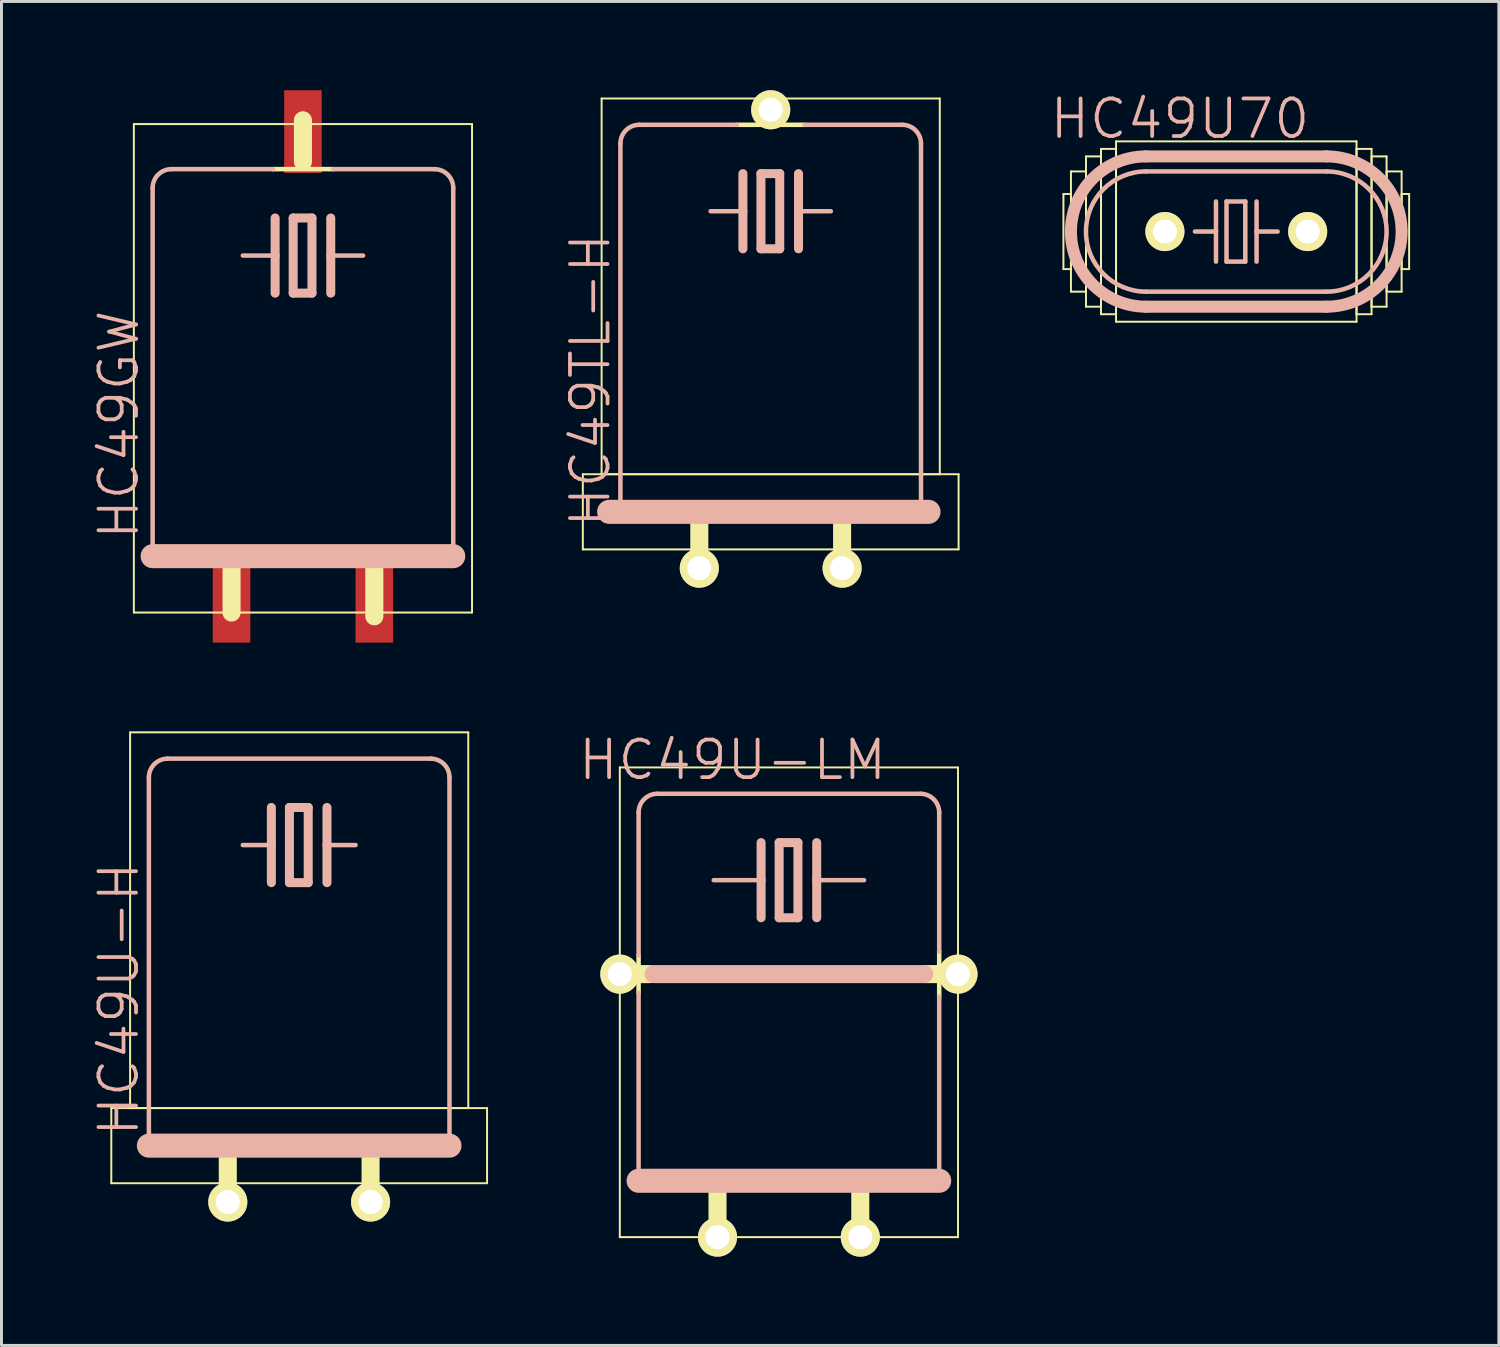
<source format=kicad_pcb>
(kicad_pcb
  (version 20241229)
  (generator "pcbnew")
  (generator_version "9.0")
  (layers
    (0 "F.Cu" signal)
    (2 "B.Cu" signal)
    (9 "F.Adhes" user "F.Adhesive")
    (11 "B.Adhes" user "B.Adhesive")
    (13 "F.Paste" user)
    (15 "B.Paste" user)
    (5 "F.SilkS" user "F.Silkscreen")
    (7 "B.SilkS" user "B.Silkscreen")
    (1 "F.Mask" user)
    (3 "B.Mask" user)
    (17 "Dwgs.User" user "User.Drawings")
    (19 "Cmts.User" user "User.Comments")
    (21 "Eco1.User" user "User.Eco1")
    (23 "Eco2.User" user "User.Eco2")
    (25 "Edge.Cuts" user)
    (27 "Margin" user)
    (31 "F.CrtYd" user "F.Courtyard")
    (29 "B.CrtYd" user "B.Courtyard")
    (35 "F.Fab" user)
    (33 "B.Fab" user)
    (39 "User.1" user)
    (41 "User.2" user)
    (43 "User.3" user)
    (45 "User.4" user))
  (footprint "HC49TL-H"
    (layer "F.Cu")
    (at 22.999 8.534)
    (property "Reference" "HC49TL-H" (at -6.096 1.27 90) (layer "B.SilkS") (effects (font (size 1.27 1.27) (thickness 0.127))))
    (attr exclude_from_pos_files exclude_from_bom)
    (fp_line (start -6.35 4.445) (end 6.35 4.445) (stroke (width 0.066) (type solid)) (layer "F.SilkS"))
    (fp_line (start -6.35 6.985) (end -6.35 4.445) (stroke (width 0.066) (type solid)) (layer "F.SilkS"))
    (fp_line (start -6.35 6.985) (end 6.35 6.985) (stroke (width 0.066) (type solid)) (layer "F.SilkS"))
    (fp_line (start -5.715 -8.255) (end 5.715 -8.255) (stroke (width 0.066) (type solid)) (layer "F.SilkS"))
    (fp_line (start -5.715 4.445) (end -5.715 -8.255) (stroke (width 0.066) (type solid)) (layer "F.SilkS"))
    (fp_line (start -5.715 4.445) (end 5.715 4.445) (stroke (width 0.066) (type solid)) (layer "F.SilkS"))
    (fp_line (start -2.413 5.842) (end -2.413 7.62) (stroke (width 0.61) (type solid)) (layer "F.SilkS"))
    (fp_line (start -0.305 -7.569) (end 0.305 -7.569) (stroke (width 0.066) (type solid)) (layer "F.SilkS"))
    (fp_line (start -0.305 -7.366) (end -0.305 -7.569) (stroke (width 0.066) (type solid)) (layer "F.SilkS"))
    (fp_line (start -0.305 -7.366) (end 0.305 -7.366) (stroke (width 0.066) (type solid)) (layer "F.SilkS"))
    (fp_line (start 0 -7.874) (end 0 -7.62) (stroke (width 0.61) (type solid)) (layer "F.SilkS"))
    (fp_line (start 0.305 -7.366) (end 0.305 -7.569) (stroke (width 0.066) (type solid)) (layer "F.SilkS"))
    (fp_line (start 1.143 -7.366) (end -1.143 -7.366) (stroke (width 0.152) (type solid)) (layer "F.SilkS"))
    (fp_line (start 2.413 5.842) (end 2.413 7.62) (stroke (width 0.61) (type solid)) (layer "F.SilkS"))
    (fp_line (start 5.715 4.445) (end 5.715 -8.255) (stroke (width 0.066) (type solid)) (layer "F.SilkS"))
    (fp_line (start 6.35 6.985) (end 6.35 4.445) (stroke (width 0.066) (type solid)) (layer "F.SilkS"))
    (fp_line (start -5.08 -6.731) (end -5.08 5.715) (stroke (width 0.152) (type solid)) (layer "B.SilkS"))
    (fp_line (start -1.143 -7.366) (end -4.445 -7.366) (stroke (width 0.152) (type solid)) (layer "B.SilkS"))
    (fp_line (start -0.94 -5.715) (end -0.94 -4.445) (stroke (width 0.305) (type solid)) (layer "B.SilkS"))
    (fp_line (start -0.94 -4.445) (end -2.032 -4.445) (stroke (width 0.152) (type solid)) (layer "B.SilkS"))
    (fp_line (start -0.94 -4.445) (end -0.94 -3.175) (stroke (width 0.305) (type solid)) (layer "B.SilkS"))
    (fp_line (start -0.33 -5.715) (end -0.33 -3.175) (stroke (width 0.305) (type solid)) (layer "B.SilkS"))
    (fp_line (start -0.33 -3.175) (end 0.305 -3.175) (stroke (width 0.305) (type solid)) (layer "B.SilkS"))
    (fp_line (start 0.305 -5.715) (end -0.33 -5.715) (stroke (width 0.305) (type solid)) (layer "B.SilkS"))
    (fp_line (start 0.305 -3.175) (end 0.305 -5.715) (stroke (width 0.305) (type solid)) (layer "B.SilkS"))
    (fp_line (start 0.94 -5.715) (end 0.94 -4.445) (stroke (width 0.305) (type solid)) (layer "B.SilkS"))
    (fp_line (start 0.94 -4.445) (end 0.94 -3.175) (stroke (width 0.305) (type solid)) (layer "B.SilkS"))
    (fp_line (start 0.94 -4.445) (end 2.032 -4.445) (stroke (width 0.152) (type solid)) (layer "B.SilkS"))
    (fp_line (start 4.445 -7.366) (end 1.143 -7.366) (stroke (width 0.152) (type solid)) (layer "B.SilkS"))
    (fp_line (start 5.08 5.715) (end 5.08 -6.731) (stroke (width 0.152) (type solid)) (layer "B.SilkS"))
    (fp_line (start 5.334 5.715) (end -5.461 5.715) (stroke (width 0.813) (type solid)) (layer "B.SilkS"))
    (fp_arc (start -5.08 -6.731) (mid -4.894013 -7.180013) (end -4.445 -7.366) (stroke (width 0.1524) (type solid)) (layer "B.SilkS"))
    (fp_arc (start 4.445 -7.366) (mid 4.894013 -7.180013) (end 5.08 -6.731) (stroke (width 0.1524) (type solid)) (layer "B.SilkS"))
    (pad "1" thru_hole circle (at -2.413 7.62) (size 1.321 1.321) (drill 0.813) (layers "*.Cu" "F.Mask" "F.SilkS" "F.Paste"))
    (pad "2" thru_hole circle (at 2.413 7.62) (size 1.321 1.321) (drill 0.813) (layers "*.Cu" "F.Mask" "F.SilkS" "F.Paste"))
    (pad "3" thru_hole circle (at 0 -7.874) (size 1.321 1.321) (drill 0.813) (layers "*.Cu" "F.Mask" "F.SilkS" "F.Paste")))
  (footprint "HC49U70"
    (layer "F.Cu")
    (at 38.735 4.776)
    (property "Reference" "HC49U70" (at -1.905 -3.81 0) (layer "B.SilkS") (effects (font (size 1.27 1.27) (thickness 0.127))))
    (attr exclude_from_pos_files exclude_from_bom)
    (fp_line (start -5.842 -1.27) (end -5.588 -1.27) (stroke (width 0.066) (type solid)) (layer "F.SilkS"))
    (fp_line (start -5.842 1.27) (end -5.842 -1.27) (stroke (width 0.066) (type solid)) (layer "F.SilkS"))
    (fp_line (start -5.842 1.27) (end -5.588 1.27) (stroke (width 0.066) (type solid)) (layer "F.SilkS"))
    (fp_line (start -5.588 -2.032) (end -5.08 -2.032) (stroke (width 0.066) (type solid)) (layer "F.SilkS"))
    (fp_line (start -5.588 1.27) (end -5.588 -1.27) (stroke (width 0.066) (type solid)) (layer "F.SilkS"))
    (fp_line (start -5.588 2.032) (end -5.588 -2.032) (stroke (width 0.066) (type solid)) (layer "F.SilkS"))
    (fp_line (start -5.588 2.032) (end -5.08 2.032) (stroke (width 0.066) (type solid)) (layer "F.SilkS"))
    (fp_line (start -5.08 -2.54) (end -4.572 -2.54) (stroke (width 0.066) (type solid)) (layer "F.SilkS"))
    (fp_line (start -5.08 2.032) (end -5.08 -2.032) (stroke (width 0.066) (type solid)) (layer "F.SilkS"))
    (fp_line (start -5.08 2.54) (end -5.08 -2.54) (stroke (width 0.066) (type solid)) (layer "F.SilkS"))
    (fp_line (start -5.08 2.54) (end -4.572 2.54) (stroke (width 0.066) (type solid)) (layer "F.SilkS"))
    (fp_line (start -4.572 -2.794) (end -4.064 -2.794) (stroke (width 0.066) (type solid)) (layer "F.SilkS"))
    (fp_line (start -4.572 2.54) (end -4.572 -2.54) (stroke (width 0.066) (type solid)) (layer "F.SilkS"))
    (fp_line (start -4.572 2.794) (end -4.572 -2.794) (stroke (width 0.066) (type solid)) (layer "F.SilkS"))
    (fp_line (start -4.572 2.794) (end -4.064 2.794) (stroke (width 0.066) (type solid)) (layer "F.SilkS"))
    (fp_line (start -4.064 -3.048) (end 4.064 -3.048) (stroke (width 0.066) (type solid)) (layer "F.SilkS"))
    (fp_line (start -4.064 2.794) (end -4.064 -2.794) (stroke (width 0.066) (type solid)) (layer "F.SilkS"))
    (fp_line (start -4.064 3.048) (end -4.064 -3.048) (stroke (width 0.066) (type solid)) (layer "F.SilkS"))
    (fp_line (start -4.064 3.048) (end 4.064 3.048) (stroke (width 0.066) (type solid)) (layer "F.SilkS"))
    (fp_line (start 4.064 -2.794) (end 4.572 -2.794) (stroke (width 0.066) (type solid)) (layer "F.SilkS"))
    (fp_line (start 4.064 2.794) (end 4.064 -2.794) (stroke (width 0.066) (type solid)) (layer "F.SilkS"))
    (fp_line (start 4.064 2.794) (end 4.572 2.794) (stroke (width 0.066) (type solid)) (layer "F.SilkS"))
    (fp_line (start 4.064 3.048) (end 4.064 -3.048) (stroke (width 0.066) (type solid)) (layer "F.SilkS"))
    (fp_line (start 4.572 -2.54) (end 5.08 -2.54) (stroke (width 0.066) (type solid)) (layer "F.SilkS"))
    (fp_line (start 4.572 2.54) (end 4.572 -2.54) (stroke (width 0.066) (type solid)) (layer "F.SilkS"))
    (fp_line (start 4.572 2.54) (end 5.08 2.54) (stroke (width 0.066) (type solid)) (layer "F.SilkS"))
    (fp_line (start 4.572 2.794) (end 4.572 -2.794) (stroke (width 0.066) (type solid)) (layer "F.SilkS"))
    (fp_line (start 5.08 -2.032) (end 5.588 -2.032) (stroke (width 0.066) (type solid)) (layer "F.SilkS"))
    (fp_line (start 5.08 2.032) (end 5.08 -2.032) (stroke (width 0.066) (type solid)) (layer "F.SilkS"))
    (fp_line (start 5.08 2.032) (end 5.588 2.032) (stroke (width 0.066) (type solid)) (layer "F.SilkS"))
    (fp_line (start 5.08 2.54) (end 5.08 -2.54) (stroke (width 0.066) (type solid)) (layer "F.SilkS"))
    (fp_line (start 5.588 -1.27) (end 5.842 -1.27) (stroke (width 0.066) (type solid)) (layer "F.SilkS"))
    (fp_line (start 5.588 1.27) (end 5.588 -1.27) (stroke (width 0.066) (type solid)) (layer "F.SilkS"))
    (fp_line (start 5.588 1.27) (end 5.842 1.27) (stroke (width 0.066) (type solid)) (layer "F.SilkS"))
    (fp_line (start 5.588 2.032) (end 5.588 -2.032) (stroke (width 0.066) (type solid)) (layer "F.SilkS"))
    (fp_line (start 5.842 1.27) (end 5.842 -1.27) (stroke (width 0.066) (type solid)) (layer "F.SilkS"))
    (fp_line (start -3.048 -2.54) (end 3.048 -2.54) (stroke (width 0.406) (type solid)) (layer "B.SilkS"))
    (fp_line (start -3.048 2.032) (end 3.048 2.032) (stroke (width 0.152) (type solid)) (layer "B.SilkS"))
    (fp_line (start -3.048 2.54) (end 3.048 2.54) (stroke (width 0.406) (type solid)) (layer "B.SilkS"))
    (fp_line (start -0.686 -1.016) (end -0.686 0) (stroke (width 0.152) (type solid)) (layer "B.SilkS"))
    (fp_line (start -0.686 0) (end -1.397 0) (stroke (width 0.152) (type solid)) (layer "B.SilkS"))
    (fp_line (start -0.686 0) (end -0.686 1.016) (stroke (width 0.152) (type solid)) (layer "B.SilkS"))
    (fp_line (start -0.33 -1.016) (end -0.33 1.016) (stroke (width 0.152) (type solid)) (layer "B.SilkS"))
    (fp_line (start -0.33 1.016) (end 0.305 1.016) (stroke (width 0.152) (type solid)) (layer "B.SilkS"))
    (fp_line (start 0.305 -1.016) (end -0.33 -1.016) (stroke (width 0.152) (type solid)) (layer "B.SilkS"))
    (fp_line (start 0.305 1.016) (end 0.305 -1.016) (stroke (width 0.152) (type solid)) (layer "B.SilkS"))
    (fp_line (start 0.686 -1.016) (end 0.686 0) (stroke (width 0.152) (type solid)) (layer "B.SilkS"))
    (fp_line (start 0.686 0) (end 0.686 1.016) (stroke (width 0.152) (type solid)) (layer "B.SilkS"))
    (fp_line (start 0.686 0) (end 1.397 0) (stroke (width 0.152) (type solid)) (layer "B.SilkS"))
    (fp_line (start 3.048 -2.032) (end -3.048 -2.032) (stroke (width 0.152) (type solid)) (layer "B.SilkS"))
    (fp_arc (start -3.048 2.032) (mid -5.08 0) (end -3.048 -2.032) (stroke (width 0.1524) (type solid)) (layer "B.SilkS"))
    (fp_arc (start -3.048 2.54) (mid -5.588 0) (end -3.048 -2.54) (stroke (width 0.4064) (type solid)) (layer "B.SilkS"))
    (fp_arc (start 3.048 -2.54) (mid 5.588 0) (end 3.048 2.54) (stroke (width 0.4064) (type solid)) (layer "B.SilkS"))
    (fp_arc (start 3.048 -2.032) (mid 5.08 0) (end 3.048 2.032) (stroke (width 0.1524) (type solid)) (layer "B.SilkS"))
    (pad "1" thru_hole circle (at -2.413 0) (size 1.321 1.321) (drill 0.813) (layers "*.Cu" "F.Mask" "F.SilkS" "F.Paste"))
    (pad "2" thru_hole circle (at 2.413 0) (size 1.321 1.321) (drill 0.813) (layers "*.Cu" "F.Mask" "F.SilkS" "F.Paste")))
  (footprint "HC49U-H"
    (layer "F.Cu")
    (at 7.062 32.497)
    (property "Reference" "HC49U-H" (at -6.096 -1.778 90) (layer "B.SilkS") (effects (font (size 1.27 1.27) (thickness 0.127))))
    (attr exclude_from_pos_files exclude_from_bom)
    (fp_line (start -6.35 1.905) (end 6.35 1.905) (stroke (width 0.066) (type solid)) (layer "F.SilkS"))
    (fp_line (start -6.35 4.445) (end -6.35 1.905) (stroke (width 0.066) (type solid)) (layer "F.SilkS"))
    (fp_line (start -6.35 4.445) (end 6.35 4.445) (stroke (width 0.066) (type solid)) (layer "F.SilkS"))
    (fp_line (start -5.715 -10.795) (end 5.715 -10.795) (stroke (width 0.066) (type solid)) (layer "F.SilkS"))
    (fp_line (start -5.715 1.905) (end -5.715 -10.795) (stroke (width 0.066) (type solid)) (layer "F.SilkS"))
    (fp_line (start -5.715 1.905) (end 5.715 1.905) (stroke (width 0.066) (type solid)) (layer "F.SilkS"))
    (fp_line (start -2.413 3.302) (end -2.413 5.08) (stroke (width 0.61) (type solid)) (layer "F.SilkS"))
    (fp_line (start 2.413 3.302) (end 2.413 5.08) (stroke (width 0.61) (type solid)) (layer "F.SilkS"))
    (fp_line (start 5.715 1.905) (end 5.715 -10.795) (stroke (width 0.066) (type solid)) (layer "F.SilkS"))
    (fp_line (start 6.35 4.445) (end 6.35 1.905) (stroke (width 0.066) (type solid)) (layer "F.SilkS"))
    (fp_line (start -5.08 -9.271) (end -5.08 3.175) (stroke (width 0.152) (type solid)) (layer "B.SilkS"))
    (fp_line (start -5.08 3.175) (end 5.08 3.175) (stroke (width 0.813) (type solid)) (layer "B.SilkS"))
    (fp_line (start -0.94 -8.255) (end -0.94 -6.985) (stroke (width 0.305) (type solid)) (layer "B.SilkS"))
    (fp_line (start -0.94 -6.985) (end -1.905 -6.985) (stroke (width 0.152) (type solid)) (layer "B.SilkS"))
    (fp_line (start -0.94 -6.985) (end -0.94 -5.715) (stroke (width 0.305) (type solid)) (layer "B.SilkS"))
    (fp_line (start -0.33 -8.255) (end -0.33 -5.715) (stroke (width 0.305) (type solid)) (layer "B.SilkS"))
    (fp_line (start -0.33 -5.715) (end 0.305 -5.715) (stroke (width 0.305) (type solid)) (layer "B.SilkS"))
    (fp_line (start 0.305 -8.255) (end -0.33 -8.255) (stroke (width 0.305) (type solid)) (layer "B.SilkS"))
    (fp_line (start 0.305 -5.715) (end 0.305 -8.255) (stroke (width 0.305) (type solid)) (layer "B.SilkS"))
    (fp_line (start 0.94 -8.255) (end 0.94 -6.985) (stroke (width 0.305) (type solid)) (layer "B.SilkS"))
    (fp_line (start 0.94 -6.985) (end 0.94 -5.715) (stroke (width 0.305) (type solid)) (layer "B.SilkS"))
    (fp_line (start 0.94 -6.985) (end 1.905 -6.985) (stroke (width 0.152) (type solid)) (layer "B.SilkS"))
    (fp_line (start 4.445 -9.906) (end -4.445 -9.906) (stroke (width 0.152) (type solid)) (layer "B.SilkS"))
    (fp_line (start 5.08 3.175) (end 5.08 -9.271) (stroke (width 0.152) (type solid)) (layer "B.SilkS"))
    (fp_arc (start -5.08 -9.271) (mid -4.894013 -9.720013) (end -4.445 -9.906) (stroke (width 0.1524) (type solid)) (layer "B.SilkS"))
    (fp_arc (start 4.445 -9.906) (mid 4.894013 -9.720013) (end 5.08 -9.271) (stroke (width 0.1524) (type solid)) (layer "B.SilkS"))
    (pad "1" thru_hole circle (at -2.413 5.08) (size 1.321 1.321) (drill 0.813) (layers "*.Cu" "F.Mask" "F.SilkS" "F.Paste"))
    (pad "2" thru_hole circle (at 2.413 5.08) (size 1.321 1.321) (drill 0.813) (layers "*.Cu" "F.Mask" "F.SilkS" "F.Paste")))
  (footprint "HC49GW"
    (layer "F.Cu")
    (at 7.189 9.398)
    (property "Reference" "HC49GW" (at -6.223 1.905 90) (layer "B.SilkS") (effects (font (size 1.27 1.27) (thickness 0.127))))
    (attr smd)
    (fp_line (start -5.715 -8.255) (end 5.715 -8.255) (stroke (width 0.066) (type solid)) (layer "F.SilkS"))
    (fp_line (start -5.715 8.255) (end -5.715 -8.255) (stroke (width 0.066) (type solid)) (layer "F.SilkS"))
    (fp_line (start -5.715 8.255) (end 5.715 8.255) (stroke (width 0.066) (type solid)) (layer "F.SilkS"))
    (fp_line (start -2.413 6.604) (end -2.413 8.255) (stroke (width 0.61) (type solid)) (layer "F.SilkS"))
    (fp_line (start 0 -8.382) (end 0 -6.985) (stroke (width 0.61) (type solid)) (layer "F.SilkS"))
    (fp_line (start 1.016 -6.731) (end -1.016 -6.731) (stroke (width 0.152) (type solid)) (layer "F.SilkS"))
    (fp_line (start 2.413 6.477) (end 2.413 8.382) (stroke (width 0.61) (type solid)) (layer "F.SilkS"))
    (fp_line (start 5.715 8.255) (end 5.715 -8.255) (stroke (width 0.066) (type solid)) (layer "F.SilkS"))
    (fp_line (start -5.08 -6.096) (end -5.08 6.35) (stroke (width 0.152) (type solid)) (layer "B.SilkS"))
    (fp_line (start -5.08 6.35) (end 5.08 6.35) (stroke (width 0.813) (type solid)) (layer "B.SilkS"))
    (fp_line (start -1.016 -6.731) (end -4.445 -6.731) (stroke (width 0.152) (type solid)) (layer "B.SilkS"))
    (fp_line (start -0.94 -5.08) (end -0.94 -3.81) (stroke (width 0.305) (type solid)) (layer "B.SilkS"))
    (fp_line (start -0.94 -3.81) (end -2.032 -3.81) (stroke (width 0.152) (type solid)) (layer "B.SilkS"))
    (fp_line (start -0.94 -3.81) (end -0.94 -2.54) (stroke (width 0.305) (type solid)) (layer "B.SilkS"))
    (fp_line (start -0.33 -5.08) (end -0.33 -2.54) (stroke (width 0.305) (type solid)) (layer "B.SilkS"))
    (fp_line (start -0.33 -2.54) (end 0.305 -2.54) (stroke (width 0.305) (type solid)) (layer "B.SilkS"))
    (fp_line (start 0.305 -5.08) (end -0.33 -5.08) (stroke (width 0.305) (type solid)) (layer "B.SilkS"))
    (fp_line (start 0.305 -2.54) (end 0.305 -5.08) (stroke (width 0.305) (type solid)) (layer "B.SilkS"))
    (fp_line (start 0.94 -5.08) (end 0.94 -3.81) (stroke (width 0.305) (type solid)) (layer "B.SilkS"))
    (fp_line (start 0.94 -3.81) (end 0.94 -2.54) (stroke (width 0.305) (type solid)) (layer "B.SilkS"))
    (fp_line (start 0.94 -3.81) (end 2.032 -3.81) (stroke (width 0.152) (type solid)) (layer "B.SilkS"))
    (fp_line (start 4.445 -6.731) (end 1.016 -6.731) (stroke (width 0.152) (type solid)) (layer "B.SilkS"))
    (fp_line (start 5.08 6.35) (end 5.08 -6.096) (stroke (width 0.152) (type solid)) (layer "B.SilkS"))
    (fp_arc (start -5.08 -6.096) (mid -4.894013 -6.545013) (end -4.445 -6.731) (stroke (width 0.1524) (type solid)) (layer "B.SilkS"))
    (fp_arc (start 4.445 -6.731) (mid 4.894013 -6.545013) (end 5.08 -6.096) (stroke (width 0.1524) (type solid)) (layer "B.SilkS"))
    (pad "1" smd rect (at -2.413 8.001) (size 1.27 2.54) (layers "F.Cu" "F.Mask" "F.Paste"))
    (pad "2" smd rect (at 2.413 8.001) (size 1.27 2.54) (layers "F.Cu" "F.Mask" "F.Paste"))
    (pad "3" smd rect (at 0 -8.001) (size 1.27 2.794) (layers "F.Cu" "F.Mask" "F.Paste")))
  (footprint "HC49U-LM"
    (layer "F.Cu")
    (at 23.614 33.684)
    (property "Reference" "HC49U-LM" (at -1.905 -11.049 0) (layer "B.SilkS") (effects (font (size 1.27 1.27) (thickness 0.127))))
    (attr exclude_from_pos_files exclude_from_bom)
    (fp_line (start -5.715 -10.795) (end 5.715 -10.795) (stroke (width 0.066) (type solid)) (layer "F.SilkS"))
    (fp_line (start -5.715 5.08) (end -5.715 -10.795) (stroke (width 0.066) (type solid)) (layer "F.SilkS"))
    (fp_line (start -5.715 5.08) (end 5.715 5.08) (stroke (width 0.066) (type solid)) (layer "F.SilkS"))
    (fp_line (start -5.08 -4.445) (end -5.08 -3.175) (stroke (width 0.152) (type solid)) (layer "F.SilkS"))
    (fp_line (start -4.699 -3.81) (end -5.715 -3.81) (stroke (width 0.61) (type solid)) (layer "F.SilkS"))
    (fp_line (start -2.413 3.302) (end -2.413 5.08) (stroke (width 0.61) (type solid)) (layer "F.SilkS"))
    (fp_line (start 2.413 3.302) (end 2.413 5.08) (stroke (width 0.61) (type solid)) (layer "F.SilkS"))
    (fp_line (start 4.572 -3.81) (end 5.08 -3.81) (stroke (width 0.61) (type solid)) (layer "F.SilkS"))
    (fp_line (start 5.08 -3.81) (end 5.08 -4.572) (stroke (width 0.152) (type solid)) (layer "F.SilkS"))
    (fp_line (start 5.08 -3.81) (end 5.08 -3.048) (stroke (width 0.152) (type solid)) (layer "F.SilkS"))
    (fp_line (start 5.08 -3.81) (end 5.715 -3.81) (stroke (width 0.61) (type solid)) (layer "F.SilkS"))
    (fp_line (start 5.715 5.08) (end 5.715 -10.795) (stroke (width 0.066) (type solid)) (layer "F.SilkS"))
    (fp_line (start -5.08 -4.445) (end -5.08 -9.271) (stroke (width 0.152) (type solid)) (layer "B.SilkS"))
    (fp_line (start -5.08 -3.175) (end -5.08 3.175) (stroke (width 0.152) (type solid)) (layer "B.SilkS"))
    (fp_line (start -5.08 3.175) (end 5.08 3.175) (stroke (width 0.813) (type solid)) (layer "B.SilkS"))
    (fp_line (start -4.572 -3.81) (end 4.572 -3.81) (stroke (width 0.61) (type solid)) (layer "B.SilkS"))
    (fp_line (start -0.94 -8.255) (end -0.94 -6.985) (stroke (width 0.305) (type solid)) (layer "B.SilkS"))
    (fp_line (start -0.94 -6.985) (end -2.54 -6.985) (stroke (width 0.152) (type solid)) (layer "B.SilkS"))
    (fp_line (start -0.94 -6.985) (end -0.94 -5.715) (stroke (width 0.305) (type solid)) (layer "B.SilkS"))
    (fp_line (start -0.33 -8.255) (end -0.33 -5.715) (stroke (width 0.305) (type solid)) (layer "B.SilkS"))
    (fp_line (start -0.33 -5.715) (end 0.305 -5.715) (stroke (width 0.305) (type solid)) (layer "B.SilkS"))
    (fp_line (start 0.305 -8.255) (end -0.33 -8.255) (stroke (width 0.305) (type solid)) (layer "B.SilkS"))
    (fp_line (start 0.305 -5.715) (end 0.305 -8.255) (stroke (width 0.305) (type solid)) (layer "B.SilkS"))
    (fp_line (start 0.94 -8.255) (end 0.94 -6.985) (stroke (width 0.305) (type solid)) (layer "B.SilkS"))
    (fp_line (start 0.94 -6.985) (end 0.94 -5.715) (stroke (width 0.305) (type solid)) (layer "B.SilkS"))
    (fp_line (start 0.94 -6.985) (end 2.54 -6.985) (stroke (width 0.152) (type solid)) (layer "B.SilkS"))
    (fp_line (start 4.445 -9.906) (end -4.445 -9.906) (stroke (width 0.152) (type solid)) (layer "B.SilkS"))
    (fp_line (start 5.08 -4.572) (end 5.08 -9.271) (stroke (width 0.152) (type solid)) (layer "B.SilkS"))
    (fp_line (start 5.08 -3.048) (end 5.08 3.175) (stroke (width 0.152) (type solid)) (layer "B.SilkS"))
    (fp_arc (start -5.08 -9.271) (mid -4.894013 -9.720013) (end -4.445 -9.906) (stroke (width 0.1524) (type solid)) (layer "B.SilkS"))
    (fp_arc (start 4.445 -9.906) (mid 4.894013 -9.720013) (end 5.08 -9.271) (stroke (width 0.1524) (type solid)) (layer "B.SilkS"))
    (pad "1" thru_hole circle (at -2.413 5.08) (size 1.321 1.321) (drill 0.813) (layers "*.Cu" "F.Mask" "F.SilkS" "F.Paste"))
    (pad "2" thru_hole circle (at 2.413 5.08) (size 1.321 1.321) (drill 0.813) (layers "*.Cu" "F.Mask" "F.SilkS" "F.Paste"))
    (pad "M" thru_hole circle (at -5.715 -3.81) (size 1.321 1.321) (drill 0.813) (layers "*.Cu" "F.Mask" "F.SilkS" "F.Paste"))
    (pad "M1" thru_hole circle (at 5.715 -3.81) (size 1.321 1.321) (drill 0.813) (layers "*.Cu" "F.Mask" "F.SilkS" "F.Paste")))
  (gr_rect
    (start -3 -3)
    (end 47.61 42.424)
    (stroke (width 0.1) (type default))
    (fill no)
    (layer "Edge.Cuts")))
</source>
